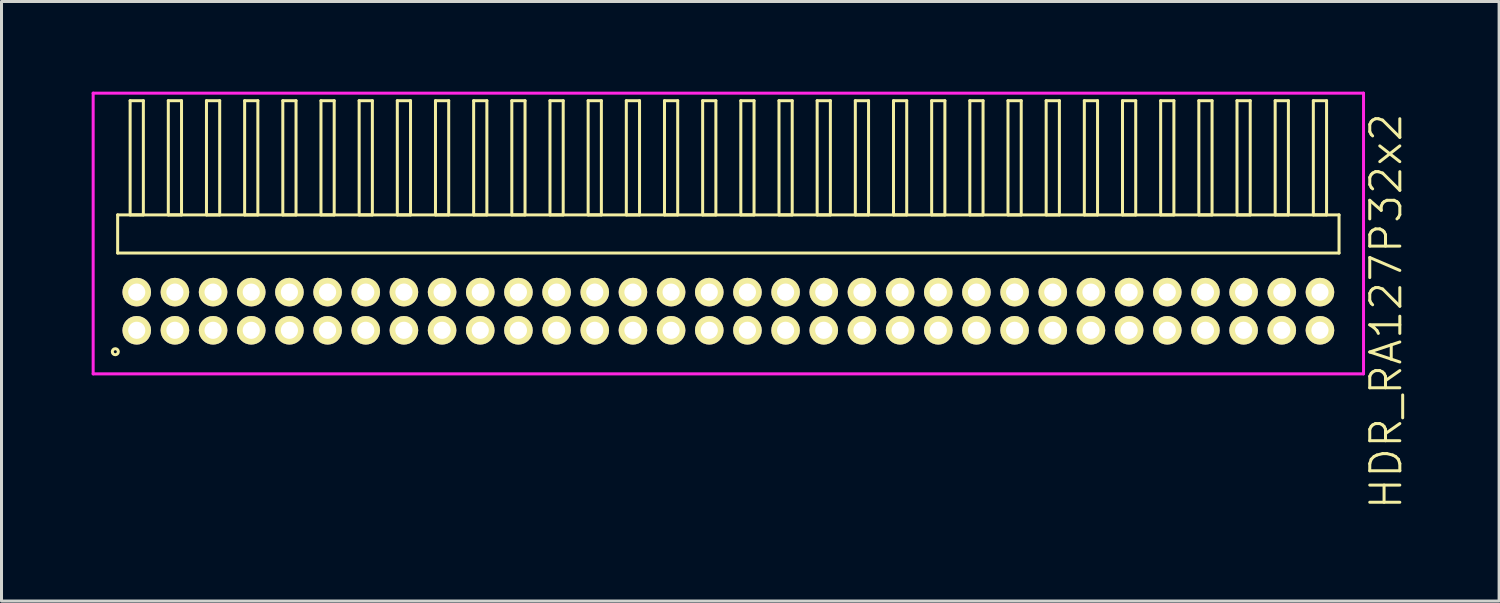
<source format=kicad_pcb>
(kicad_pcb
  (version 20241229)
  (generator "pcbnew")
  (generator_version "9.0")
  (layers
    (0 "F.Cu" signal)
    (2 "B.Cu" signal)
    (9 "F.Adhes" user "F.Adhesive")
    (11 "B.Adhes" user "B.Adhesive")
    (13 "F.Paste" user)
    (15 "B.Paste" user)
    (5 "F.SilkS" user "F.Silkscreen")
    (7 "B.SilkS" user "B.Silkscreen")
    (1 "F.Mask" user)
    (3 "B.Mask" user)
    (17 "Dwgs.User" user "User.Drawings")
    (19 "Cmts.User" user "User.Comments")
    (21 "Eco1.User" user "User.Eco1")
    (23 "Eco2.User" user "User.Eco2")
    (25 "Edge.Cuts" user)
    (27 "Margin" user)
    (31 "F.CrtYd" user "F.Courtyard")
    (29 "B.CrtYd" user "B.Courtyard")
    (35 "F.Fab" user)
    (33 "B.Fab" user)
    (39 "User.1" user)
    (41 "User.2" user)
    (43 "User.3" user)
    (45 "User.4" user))
  (footprint "HDR_RA127P32x2"
    (layer "F.Cu")
    (at 21.185 7.305)
    (property "Reference" "HDR_RA127P32x2" (at 21.885 0 90) (layer "F.SilkS") (effects (font (size 1 1) (thickness 0.1))))
    (attr through_hole)
    (fp_line (start -20.32 -3.205) (end -20.32 -1.935) (stroke (width 0.1) (type solid)) (layer "F.SilkS"))
    (fp_line (start -20.32 -1.935) (end 20.32 -1.935) (stroke (width 0.1) (type solid)) (layer "F.SilkS"))
    (fp_line (start -19.905 -7.005) (end -19.905 -3.205) (stroke (width 0.1) (type solid)) (layer "F.SilkS"))
    (fp_line (start -19.905 -3.205) (end -19.465 -3.205) (stroke (width 0.1) (type solid)) (layer "F.SilkS"))
    (fp_line (start -19.465 -7.005) (end -19.905 -7.005) (stroke (width 0.1) (type solid)) (layer "F.SilkS"))
    (fp_line (start -19.465 -3.205) (end -19.465 -7.005) (stroke (width 0.1) (type solid)) (layer "F.SilkS"))
    (fp_line (start -18.635 -7.005) (end -18.635 -3.205) (stroke (width 0.1) (type solid)) (layer "F.SilkS"))
    (fp_line (start -18.635 -3.205) (end -18.195 -3.205) (stroke (width 0.1) (type solid)) (layer "F.SilkS"))
    (fp_line (start -18.195 -7.005) (end -18.635 -7.005) (stroke (width 0.1) (type solid)) (layer "F.SilkS"))
    (fp_line (start -18.195 -3.205) (end -18.195 -7.005) (stroke (width 0.1) (type solid)) (layer "F.SilkS"))
    (fp_line (start -17.365 -7.005) (end -17.365 -3.205) (stroke (width 0.1) (type solid)) (layer "F.SilkS"))
    (fp_line (start -17.365 -3.205) (end -16.925 -3.205) (stroke (width 0.1) (type solid)) (layer "F.SilkS"))
    (fp_line (start -16.925 -7.005) (end -17.365 -7.005) (stroke (width 0.1) (type solid)) (layer "F.SilkS"))
    (fp_line (start -16.925 -3.205) (end -16.925 -7.005) (stroke (width 0.1) (type solid)) (layer "F.SilkS"))
    (fp_line (start -16.095 -7.005) (end -16.095 -3.205) (stroke (width 0.1) (type solid)) (layer "F.SilkS"))
    (fp_line (start -16.095 -3.205) (end -15.655 -3.205) (stroke (width 0.1) (type solid)) (layer "F.SilkS"))
    (fp_line (start -15.655 -7.005) (end -16.095 -7.005) (stroke (width 0.1) (type solid)) (layer "F.SilkS"))
    (fp_line (start -15.655 -3.205) (end -15.655 -7.005) (stroke (width 0.1) (type solid)) (layer "F.SilkS"))
    (fp_line (start -14.825 -7.005) (end -14.825 -3.205) (stroke (width 0.1) (type solid)) (layer "F.SilkS"))
    (fp_line (start -14.825 -3.205) (end -14.385 -3.205) (stroke (width 0.1) (type solid)) (layer "F.SilkS"))
    (fp_line (start -14.385 -7.005) (end -14.825 -7.005) (stroke (width 0.1) (type solid)) (layer "F.SilkS"))
    (fp_line (start -14.385 -3.205) (end -14.385 -7.005) (stroke (width 0.1) (type solid)) (layer "F.SilkS"))
    (fp_line (start -13.555 -7.005) (end -13.555 -3.205) (stroke (width 0.1) (type solid)) (layer "F.SilkS"))
    (fp_line (start -13.555 -3.205) (end -13.115 -3.205) (stroke (width 0.1) (type solid)) (layer "F.SilkS"))
    (fp_line (start -13.115 -7.005) (end -13.555 -7.005) (stroke (width 0.1) (type solid)) (layer "F.SilkS"))
    (fp_line (start -13.115 -3.205) (end -13.115 -7.005) (stroke (width 0.1) (type solid)) (layer "F.SilkS"))
    (fp_line (start -12.285 -7.005) (end -12.285 -3.205) (stroke (width 0.1) (type solid)) (layer "F.SilkS"))
    (fp_line (start -12.285 -3.205) (end -11.845 -3.205) (stroke (width 0.1) (type solid)) (layer "F.SilkS"))
    (fp_line (start -11.845 -7.005) (end -12.285 -7.005) (stroke (width 0.1) (type solid)) (layer "F.SilkS"))
    (fp_line (start -11.845 -3.205) (end -11.845 -7.005) (stroke (width 0.1) (type solid)) (layer "F.SilkS"))
    (fp_line (start -11.015 -7.005) (end -11.015 -3.205) (stroke (width 0.1) (type solid)) (layer "F.SilkS"))
    (fp_line (start -11.015 -3.205) (end -10.575 -3.205) (stroke (width 0.1) (type solid)) (layer "F.SilkS"))
    (fp_line (start -10.575 -7.005) (end -11.015 -7.005) (stroke (width 0.1) (type solid)) (layer "F.SilkS"))
    (fp_line (start -10.575 -3.205) (end -10.575 -7.005) (stroke (width 0.1) (type solid)) (layer "F.SilkS"))
    (fp_line (start -9.745 -7.005) (end -9.745 -3.205) (stroke (width 0.1) (type solid)) (layer "F.SilkS"))
    (fp_line (start -9.745 -3.205) (end -9.305 -3.205) (stroke (width 0.1) (type solid)) (layer "F.SilkS"))
    (fp_line (start -9.305 -7.005) (end -9.745 -7.005) (stroke (width 0.1) (type solid)) (layer "F.SilkS"))
    (fp_line (start -9.305 -3.205) (end -9.305 -7.005) (stroke (width 0.1) (type solid)) (layer "F.SilkS"))
    (fp_line (start -8.475 -7.005) (end -8.475 -3.205) (stroke (width 0.1) (type solid)) (layer "F.SilkS"))
    (fp_line (start -8.475 -3.205) (end -8.035 -3.205) (stroke (width 0.1) (type solid)) (layer "F.SilkS"))
    (fp_line (start -8.035 -7.005) (end -8.475 -7.005) (stroke (width 0.1) (type solid)) (layer "F.SilkS"))
    (fp_line (start -8.035 -3.205) (end -8.035 -7.005) (stroke (width 0.1) (type solid)) (layer "F.SilkS"))
    (fp_line (start -7.205 -7.005) (end -7.205 -3.205) (stroke (width 0.1) (type solid)) (layer "F.SilkS"))
    (fp_line (start -7.205 -3.205) (end -6.765 -3.205) (stroke (width 0.1) (type solid)) (layer "F.SilkS"))
    (fp_line (start -6.765 -7.005) (end -7.205 -7.005) (stroke (width 0.1) (type solid)) (layer "F.SilkS"))
    (fp_line (start -6.765 -3.205) (end -6.765 -7.005) (stroke (width 0.1) (type solid)) (layer "F.SilkS"))
    (fp_line (start -5.935 -7.005) (end -5.935 -3.205) (stroke (width 0.1) (type solid)) (layer "F.SilkS"))
    (fp_line (start -5.935 -3.205) (end -5.495 -3.205) (stroke (width 0.1) (type solid)) (layer "F.SilkS"))
    (fp_line (start -5.495 -7.005) (end -5.935 -7.005) (stroke (width 0.1) (type solid)) (layer "F.SilkS"))
    (fp_line (start -5.495 -3.205) (end -5.495 -7.005) (stroke (width 0.1) (type solid)) (layer "F.SilkS"))
    (fp_line (start -4.665 -7.005) (end -4.665 -3.205) (stroke (width 0.1) (type solid)) (layer "F.SilkS"))
    (fp_line (start -4.665 -3.205) (end -4.225 -3.205) (stroke (width 0.1) (type solid)) (layer "F.SilkS"))
    (fp_line (start -4.225 -7.005) (end -4.665 -7.005) (stroke (width 0.1) (type solid)) (layer "F.SilkS"))
    (fp_line (start -4.225 -3.205) (end -4.225 -7.005) (stroke (width 0.1) (type solid)) (layer "F.SilkS"))
    (fp_line (start -3.395 -7.005) (end -3.395 -3.205) (stroke (width 0.1) (type solid)) (layer "F.SilkS"))
    (fp_line (start -3.395 -3.205) (end -2.955 -3.205) (stroke (width 0.1) (type solid)) (layer "F.SilkS"))
    (fp_line (start -2.955 -7.005) (end -3.395 -7.005) (stroke (width 0.1) (type solid)) (layer "F.SilkS"))
    (fp_line (start -2.955 -3.205) (end -2.955 -7.005) (stroke (width 0.1) (type solid)) (layer "F.SilkS"))
    (fp_line (start -2.125 -7.005) (end -2.125 -3.205) (stroke (width 0.1) (type solid)) (layer "F.SilkS"))
    (fp_line (start -2.125 -3.205) (end -1.685 -3.205) (stroke (width 0.1) (type solid)) (layer "F.SilkS"))
    (fp_line (start -1.685 -7.005) (end -2.125 -7.005) (stroke (width 0.1) (type solid)) (layer "F.SilkS"))
    (fp_line (start -1.685 -3.205) (end -1.685 -7.005) (stroke (width 0.1) (type solid)) (layer "F.SilkS"))
    (fp_line (start -0.855 -7.005) (end -0.855 -3.205) (stroke (width 0.1) (type solid)) (layer "F.SilkS"))
    (fp_line (start -0.855 -3.205) (end -0.415 -3.205) (stroke (width 0.1) (type solid)) (layer "F.SilkS"))
    (fp_line (start -0.415 -7.005) (end -0.855 -7.005) (stroke (width 0.1) (type solid)) (layer "F.SilkS"))
    (fp_line (start -0.415 -3.205) (end -0.415 -7.005) (stroke (width 0.1) (type solid)) (layer "F.SilkS"))
    (fp_line (start 0.415 -7.005) (end 0.415 -3.205) (stroke (width 0.1) (type solid)) (layer "F.SilkS"))
    (fp_line (start 0.415 -3.205) (end 0.855 -3.205) (stroke (width 0.1) (type solid)) (layer "F.SilkS"))
    (fp_line (start 0.855 -7.005) (end 0.415 -7.005) (stroke (width 0.1) (type solid)) (layer "F.SilkS"))
    (fp_line (start 0.855 -3.205) (end 0.855 -7.005) (stroke (width 0.1) (type solid)) (layer "F.SilkS"))
    (fp_line (start 1.685 -7.005) (end 1.685 -3.205) (stroke (width 0.1) (type solid)) (layer "F.SilkS"))
    (fp_line (start 1.685 -3.205) (end 2.125 -3.205) (stroke (width 0.1) (type solid)) (layer "F.SilkS"))
    (fp_line (start 2.125 -7.005) (end 1.685 -7.005) (stroke (width 0.1) (type solid)) (layer "F.SilkS"))
    (fp_line (start 2.125 -3.205) (end 2.125 -7.005) (stroke (width 0.1) (type solid)) (layer "F.SilkS"))
    (fp_line (start 2.955 -7.005) (end 2.955 -3.205) (stroke (width 0.1) (type solid)) (layer "F.SilkS"))
    (fp_line (start 2.955 -3.205) (end 3.395 -3.205) (stroke (width 0.1) (type solid)) (layer "F.SilkS"))
    (fp_line (start 3.395 -7.005) (end 2.955 -7.005) (stroke (width 0.1) (type solid)) (layer "F.SilkS"))
    (fp_line (start 3.395 -3.205) (end 3.395 -7.005) (stroke (width 0.1) (type solid)) (layer "F.SilkS"))
    (fp_line (start 4.225 -7.005) (end 4.225 -3.205) (stroke (width 0.1) (type solid)) (layer "F.SilkS"))
    (fp_line (start 4.225 -3.205) (end 4.665 -3.205) (stroke (width 0.1) (type solid)) (layer "F.SilkS"))
    (fp_line (start 4.665 -7.005) (end 4.225 -7.005) (stroke (width 0.1) (type solid)) (layer "F.SilkS"))
    (fp_line (start 4.665 -3.205) (end 4.665 -7.005) (stroke (width 0.1) (type solid)) (layer "F.SilkS"))
    (fp_line (start 5.495 -7.005) (end 5.495 -3.205) (stroke (width 0.1) (type solid)) (layer "F.SilkS"))
    (fp_line (start 5.495 -3.205) (end 5.935 -3.205) (stroke (width 0.1) (type solid)) (layer "F.SilkS"))
    (fp_line (start 5.935 -7.005) (end 5.495 -7.005) (stroke (width 0.1) (type solid)) (layer "F.SilkS"))
    (fp_line (start 5.935 -3.205) (end 5.935 -7.005) (stroke (width 0.1) (type solid)) (layer "F.SilkS"))
    (fp_line (start 6.765 -7.005) (end 6.765 -3.205) (stroke (width 0.1) (type solid)) (layer "F.SilkS"))
    (fp_line (start 6.765 -3.205) (end 7.205 -3.205) (stroke (width 0.1) (type solid)) (layer "F.SilkS"))
    (fp_line (start 7.205 -7.005) (end 6.765 -7.005) (stroke (width 0.1) (type solid)) (layer "F.SilkS"))
    (fp_line (start 7.205 -3.205) (end 7.205 -7.005) (stroke (width 0.1) (type solid)) (layer "F.SilkS"))
    (fp_line (start 8.035 -7.005) (end 8.035 -3.205) (stroke (width 0.1) (type solid)) (layer "F.SilkS"))
    (fp_line (start 8.035 -3.205) (end 8.475 -3.205) (stroke (width 0.1) (type solid)) (layer "F.SilkS"))
    (fp_line (start 8.475 -7.005) (end 8.035 -7.005) (stroke (width 0.1) (type solid)) (layer "F.SilkS"))
    (fp_line (start 8.475 -3.205) (end 8.475 -7.005) (stroke (width 0.1) (type solid)) (layer "F.SilkS"))
    (fp_line (start 9.305 -7.005) (end 9.305 -3.205) (stroke (width 0.1) (type solid)) (layer "F.SilkS"))
    (fp_line (start 9.305 -3.205) (end 9.745 -3.205) (stroke (width 0.1) (type solid)) (layer "F.SilkS"))
    (fp_line (start 9.745 -7.005) (end 9.305 -7.005) (stroke (width 0.1) (type solid)) (layer "F.SilkS"))
    (fp_line (start 9.745 -3.205) (end 9.745 -7.005) (stroke (width 0.1) (type solid)) (layer "F.SilkS"))
    (fp_line (start 10.575 -7.005) (end 10.575 -3.205) (stroke (width 0.1) (type solid)) (layer "F.SilkS"))
    (fp_line (start 10.575 -3.205) (end 11.015 -3.205) (stroke (width 0.1) (type solid)) (layer "F.SilkS"))
    (fp_line (start 11.015 -7.005) (end 10.575 -7.005) (stroke (width 0.1) (type solid)) (layer "F.SilkS"))
    (fp_line (start 11.015 -3.205) (end 11.015 -7.005) (stroke (width 0.1) (type solid)) (layer "F.SilkS"))
    (fp_line (start 11.845 -7.005) (end 11.845 -3.205) (stroke (width 0.1) (type solid)) (layer "F.SilkS"))
    (fp_line (start 11.845 -3.205) (end 12.285 -3.205) (stroke (width 0.1) (type solid)) (layer "F.SilkS"))
    (fp_line (start 12.285 -7.005) (end 11.845 -7.005) (stroke (width 0.1) (type solid)) (layer "F.SilkS"))
    (fp_line (start 12.285 -3.205) (end 12.285 -7.005) (stroke (width 0.1) (type solid)) (layer "F.SilkS"))
    (fp_line (start 13.115 -7.005) (end 13.115 -3.205) (stroke (width 0.1) (type solid)) (layer "F.SilkS"))
    (fp_line (start 13.115 -3.205) (end 13.555 -3.205) (stroke (width 0.1) (type solid)) (layer "F.SilkS"))
    (fp_line (start 13.555 -7.005) (end 13.115 -7.005) (stroke (width 0.1) (type solid)) (layer "F.SilkS"))
    (fp_line (start 13.555 -3.205) (end 13.555 -7.005) (stroke (width 0.1) (type solid)) (layer "F.SilkS"))
    (fp_line (start 14.385 -7.005) (end 14.385 -3.205) (stroke (width 0.1) (type solid)) (layer "F.SilkS"))
    (fp_line (start 14.385 -3.205) (end 14.825 -3.205) (stroke (width 0.1) (type solid)) (layer "F.SilkS"))
    (fp_line (start 14.825 -7.005) (end 14.385 -7.005) (stroke (width 0.1) (type solid)) (layer "F.SilkS"))
    (fp_line (start 14.825 -3.205) (end 14.825 -7.005) (stroke (width 0.1) (type solid)) (layer "F.SilkS"))
    (fp_line (start 15.655 -7.005) (end 15.655 -3.205) (stroke (width 0.1) (type solid)) (layer "F.SilkS"))
    (fp_line (start 15.655 -3.205) (end 16.095 -3.205) (stroke (width 0.1) (type solid)) (layer "F.SilkS"))
    (fp_line (start 16.095 -7.005) (end 15.655 -7.005) (stroke (width 0.1) (type solid)) (layer "F.SilkS"))
    (fp_line (start 16.095 -3.205) (end 16.095 -7.005) (stroke (width 0.1) (type solid)) (layer "F.SilkS"))
    (fp_line (start 16.925 -7.005) (end 16.925 -3.205) (stroke (width 0.1) (type solid)) (layer "F.SilkS"))
    (fp_line (start 16.925 -3.205) (end 17.365 -3.205) (stroke (width 0.1) (type solid)) (layer "F.SilkS"))
    (fp_line (start 17.365 -7.005) (end 16.925 -7.005) (stroke (width 0.1) (type solid)) (layer "F.SilkS"))
    (fp_line (start 17.365 -3.205) (end 17.365 -7.005) (stroke (width 0.1) (type solid)) (layer "F.SilkS"))
    (fp_line (start 18.195 -7.005) (end 18.195 -3.205) (stroke (width 0.1) (type solid)) (layer "F.SilkS"))
    (fp_line (start 18.195 -3.205) (end 18.635 -3.205) (stroke (width 0.1) (type solid)) (layer "F.SilkS"))
    (fp_line (start 18.635 -7.005) (end 18.195 -7.005) (stroke (width 0.1) (type solid)) (layer "F.SilkS"))
    (fp_line (start 18.635 -3.205) (end 18.635 -7.005) (stroke (width 0.1) (type solid)) (layer "F.SilkS"))
    (fp_line (start 19.465 -7.005) (end 19.465 -3.205) (stroke (width 0.1) (type solid)) (layer "F.SilkS"))
    (fp_line (start 19.465 -3.205) (end 19.905 -3.205) (stroke (width 0.1) (type solid)) (layer "F.SilkS"))
    (fp_line (start 19.905 -7.005) (end 19.465 -7.005) (stroke (width 0.1) (type solid)) (layer "F.SilkS"))
    (fp_line (start 19.905 -3.205) (end 19.905 -7.005) (stroke (width 0.1) (type solid)) (layer "F.SilkS"))
    (fp_line (start 20.32 -3.205) (end -20.32 -3.205) (stroke (width 0.1) (type solid)) (layer "F.SilkS"))
    (fp_line (start 20.32 -1.935) (end 20.32 -3.205) (stroke (width 0.1) (type solid)) (layer "F.SilkS"))
    (fp_circle (center -20.398 1.348) (end -20.298 1.348) (stroke (width 0.1) (type solid)) (fill no) (layer "F.SilkS"))
    (fp_line (start -21.135 -7.255) (end -21.135 2.085) (stroke (width 0.1) (type solid)) (layer "F.CrtYd"))
    (fp_line (start -21.135 2.085) (end 21.135 2.085) (stroke (width 0.1) (type solid)) (layer "F.CrtYd"))
    (fp_line (start 21.135 -7.255) (end -21.135 -7.255) (stroke (width 0.1) (type solid)) (layer "F.CrtYd"))
    (fp_line (start 21.135 2.085) (end 21.135 -7.255) (stroke (width 0.1) (type solid)) (layer "F.CrtYd"))
    (pad "1" thru_hole oval (at -19.685 0.635) (size 0.95 0.95) (drill 0.57) (layers "*.Cu" "*.Mask" "F.SilkS"))
    (pad "2" thru_hole oval (at -19.685 -0.635) (size 0.95 0.95) (drill 0.57) (layers "*.Cu" "*.Mask" "F.SilkS"))
    (pad "3" thru_hole oval (at -18.415 0.635) (size 0.95 0.95) (drill 0.57) (layers "*.Cu" "*.Mask" "F.SilkS"))
    (pad "4" thru_hole oval (at -18.415 -0.635) (size 0.95 0.95) (drill 0.57) (layers "*.Cu" "*.Mask" "F.SilkS"))
    (pad "5" thru_hole oval (at -17.145 0.635) (size 0.95 0.95) (drill 0.57) (layers "*.Cu" "*.Mask" "F.SilkS"))
    (pad "6" thru_hole oval (at -17.145 -0.635) (size 0.95 0.95) (drill 0.57) (layers "*.Cu" "*.Mask" "F.SilkS"))
    (pad "7" thru_hole oval (at -15.875 0.635) (size 0.95 0.95) (drill 0.57) (layers "*.Cu" "*.Mask" "F.SilkS"))
    (pad "8" thru_hole oval (at -15.875 -0.635) (size 0.95 0.95) (drill 0.57) (layers "*.Cu" "*.Mask" "F.SilkS"))
    (pad "9" thru_hole oval (at -14.605 0.635) (size 0.95 0.95) (drill 0.57) (layers "*.Cu" "*.Mask" "F.SilkS"))
    (pad "10" thru_hole oval (at -14.605 -0.635) (size 0.95 0.95) (drill 0.57) (layers "*.Cu" "*.Mask" "F.SilkS"))
    (pad "11" thru_hole oval (at -13.335 0.635) (size 0.95 0.95) (drill 0.57) (layers "*.Cu" "*.Mask" "F.SilkS"))
    (pad "12" thru_hole oval (at -13.335 -0.635) (size 0.95 0.95) (drill 0.57) (layers "*.Cu" "*.Mask" "F.SilkS"))
    (pad "13" thru_hole oval (at -12.065 0.635) (size 0.95 0.95) (drill 0.57) (layers "*.Cu" "*.Mask" "F.SilkS"))
    (pad "14" thru_hole oval (at -12.065 -0.635) (size 0.95 0.95) (drill 0.57) (layers "*.Cu" "*.Mask" "F.SilkS"))
    (pad "15" thru_hole oval (at -10.795 0.635) (size 0.95 0.95) (drill 0.57) (layers "*.Cu" "*.Mask" "F.SilkS"))
    (pad "16" thru_hole oval (at -10.795 -0.635) (size 0.95 0.95) (drill 0.57) (layers "*.Cu" "*.Mask" "F.SilkS"))
    (pad "17" thru_hole oval (at -9.525 0.635) (size 0.95 0.95) (drill 0.57) (layers "*.Cu" "*.Mask" "F.SilkS"))
    (pad "18" thru_hole oval (at -9.525 -0.635) (size 0.95 0.95) (drill 0.57) (layers "*.Cu" "*.Mask" "F.SilkS"))
    (pad "19" thru_hole oval (at -8.255 0.635) (size 0.95 0.95) (drill 0.57) (layers "*.Cu" "*.Mask" "F.SilkS"))
    (pad "20" thru_hole oval (at -8.255 -0.635) (size 0.95 0.95) (drill 0.57) (layers "*.Cu" "*.Mask" "F.SilkS"))
    (pad "21" thru_hole oval (at -6.985 0.635) (size 0.95 0.95) (drill 0.57) (layers "*.Cu" "*.Mask" "F.SilkS"))
    (pad "22" thru_hole oval (at -6.985 -0.635) (size 0.95 0.95) (drill 0.57) (layers "*.Cu" "*.Mask" "F.SilkS"))
    (pad "23" thru_hole oval (at -5.715 0.635) (size 0.95 0.95) (drill 0.57) (layers "*.Cu" "*.Mask" "F.SilkS"))
    (pad "24" thru_hole oval (at -5.715 -0.635) (size 0.95 0.95) (drill 0.57) (layers "*.Cu" "*.Mask" "F.SilkS"))
    (pad "25" thru_hole oval (at -4.445 0.635) (size 0.95 0.95) (drill 0.57) (layers "*.Cu" "*.Mask" "F.SilkS"))
    (pad "26" thru_hole oval (at -4.445 -0.635) (size 0.95 0.95) (drill 0.57) (layers "*.Cu" "*.Mask" "F.SilkS"))
    (pad "27" thru_hole oval (at -3.175 0.635) (size 0.95 0.95) (drill 0.57) (layers "*.Cu" "*.Mask" "F.SilkS"))
    (pad "28" thru_hole oval (at -3.175 -0.635) (size 0.95 0.95) (drill 0.57) (layers "*.Cu" "*.Mask" "F.SilkS"))
    (pad "29" thru_hole oval (at -1.905 0.635) (size 0.95 0.95) (drill 0.57) (layers "*.Cu" "*.Mask" "F.SilkS"))
    (pad "30" thru_hole oval (at -1.905 -0.635) (size 0.95 0.95) (drill 0.57) (layers "*.Cu" "*.Mask" "F.SilkS"))
    (pad "31" thru_hole oval (at -0.635 0.635) (size 0.95 0.95) (drill 0.57) (layers "*.Cu" "*.Mask" "F.SilkS"))
    (pad "32" thru_hole oval (at -0.635 -0.635) (size 0.95 0.95) (drill 0.57) (layers "*.Cu" "*.Mask" "F.SilkS"))
    (pad "33" thru_hole oval (at 0.635 0.635) (size 0.95 0.95) (drill 0.57) (layers "*.Cu" "*.Mask" "F.SilkS"))
    (pad "34" thru_hole oval (at 0.635 -0.635) (size 0.95 0.95) (drill 0.57) (layers "*.Cu" "*.Mask" "F.SilkS"))
    (pad "35" thru_hole oval (at 1.905 0.635) (size 0.95 0.95) (drill 0.57) (layers "*.Cu" "*.Mask" "F.SilkS"))
    (pad "36" thru_hole oval (at 1.905 -0.635) (size 0.95 0.95) (drill 0.57) (layers "*.Cu" "*.Mask" "F.SilkS"))
    (pad "37" thru_hole oval (at 3.175 0.635) (size 0.95 0.95) (drill 0.57) (layers "*.Cu" "*.Mask" "F.SilkS"))
    (pad "38" thru_hole oval (at 3.175 -0.635) (size 0.95 0.95) (drill 0.57) (layers "*.Cu" "*.Mask" "F.SilkS"))
    (pad "39" thru_hole oval (at 4.445 0.635) (size 0.95 0.95) (drill 0.57) (layers "*.Cu" "*.Mask" "F.SilkS"))
    (pad "40" thru_hole oval (at 4.445 -0.635) (size 0.95 0.95) (drill 0.57) (layers "*.Cu" "*.Mask" "F.SilkS"))
    (pad "41" thru_hole oval (at 5.715 0.635) (size 0.95 0.95) (drill 0.57) (layers "*.Cu" "*.Mask" "F.SilkS"))
    (pad "42" thru_hole oval (at 5.715 -0.635) (size 0.95 0.95) (drill 0.57) (layers "*.Cu" "*.Mask" "F.SilkS"))
    (pad "43" thru_hole oval (at 6.985 0.635) (size 0.95 0.95) (drill 0.57) (layers "*.Cu" "*.Mask" "F.SilkS"))
    (pad "44" thru_hole oval (at 6.985 -0.635) (size 0.95 0.95) (drill 0.57) (layers "*.Cu" "*.Mask" "F.SilkS"))
    (pad "45" thru_hole oval (at 8.255 0.635) (size 0.95 0.95) (drill 0.57) (layers "*.Cu" "*.Mask" "F.SilkS"))
    (pad "46" thru_hole oval (at 8.255 -0.635) (size 0.95 0.95) (drill 0.57) (layers "*.Cu" "*.Mask" "F.SilkS"))
    (pad "47" thru_hole oval (at 9.525 0.635) (size 0.95 0.95) (drill 0.57) (layers "*.Cu" "*.Mask" "F.SilkS"))
    (pad "48" thru_hole oval (at 9.525 -0.635) (size 0.95 0.95) (drill 0.57) (layers "*.Cu" "*.Mask" "F.SilkS"))
    (pad "49" thru_hole oval (at 10.795 0.635) (size 0.95 0.95) (drill 0.57) (layers "*.Cu" "*.Mask" "F.SilkS"))
    (pad "50" thru_hole oval (at 10.795 -0.635) (size 0.95 0.95) (drill 0.57) (layers "*.Cu" "*.Mask" "F.SilkS"))
    (pad "51" thru_hole oval (at 12.065 0.635) (size 0.95 0.95) (drill 0.57) (layers "*.Cu" "*.Mask" "F.SilkS"))
    (pad "52" thru_hole oval (at 12.065 -0.635) (size 0.95 0.95) (drill 0.57) (layers "*.Cu" "*.Mask" "F.SilkS"))
    (pad "53" thru_hole oval (at 13.335 0.635) (size 0.95 0.95) (drill 0.57) (layers "*.Cu" "*.Mask" "F.SilkS"))
    (pad "54" thru_hole oval (at 13.335 -0.635) (size 0.95 0.95) (drill 0.57) (layers "*.Cu" "*.Mask" "F.SilkS"))
    (pad "55" thru_hole oval (at 14.605 0.635) (size 0.95 0.95) (drill 0.57) (layers "*.Cu" "*.Mask" "F.SilkS"))
    (pad "56" thru_hole oval (at 14.605 -0.635) (size 0.95 0.95) (drill 0.57) (layers "*.Cu" "*.Mask" "F.SilkS"))
    (pad "57" thru_hole oval (at 15.875 0.635) (size 0.95 0.95) (drill 0.57) (layers "*.Cu" "*.Mask" "F.SilkS"))
    (pad "58" thru_hole oval (at 15.875 -0.635) (size 0.95 0.95) (drill 0.57) (layers "*.Cu" "*.Mask" "F.SilkS"))
    (pad "59" thru_hole oval (at 17.145 0.635) (size 0.95 0.95) (drill 0.57) (layers "*.Cu" "*.Mask" "F.SilkS"))
    (pad "60" thru_hole oval (at 17.145 -0.635) (size 0.95 0.95) (drill 0.57) (layers "*.Cu" "*.Mask" "F.SilkS"))
    (pad "61" thru_hole oval (at 18.415 0.635) (size 0.95 0.95) (drill 0.57) (layers "*.Cu" "*.Mask" "F.SilkS"))
    (pad "62" thru_hole oval (at 18.415 -0.635) (size 0.95 0.95) (drill 0.57) (layers "*.Cu" "*.Mask" "F.SilkS"))
    (pad "63" thru_hole oval (at 19.685 0.635) (size 0.95 0.95) (drill 0.57) (layers "*.Cu" "*.Mask" "F.SilkS"))
    (pad "64" thru_hole oval (at 19.685 -0.635) (size 0.95 0.95) (drill 0.57) (layers "*.Cu" "*.Mask" "F.SilkS")))
  (gr_rect
    (start -3 -3)
    (end 46.831 16.95)
    (stroke (width 0.1) (type default))
    (fill no)
    (layer "Edge.Cuts")))
</source>
